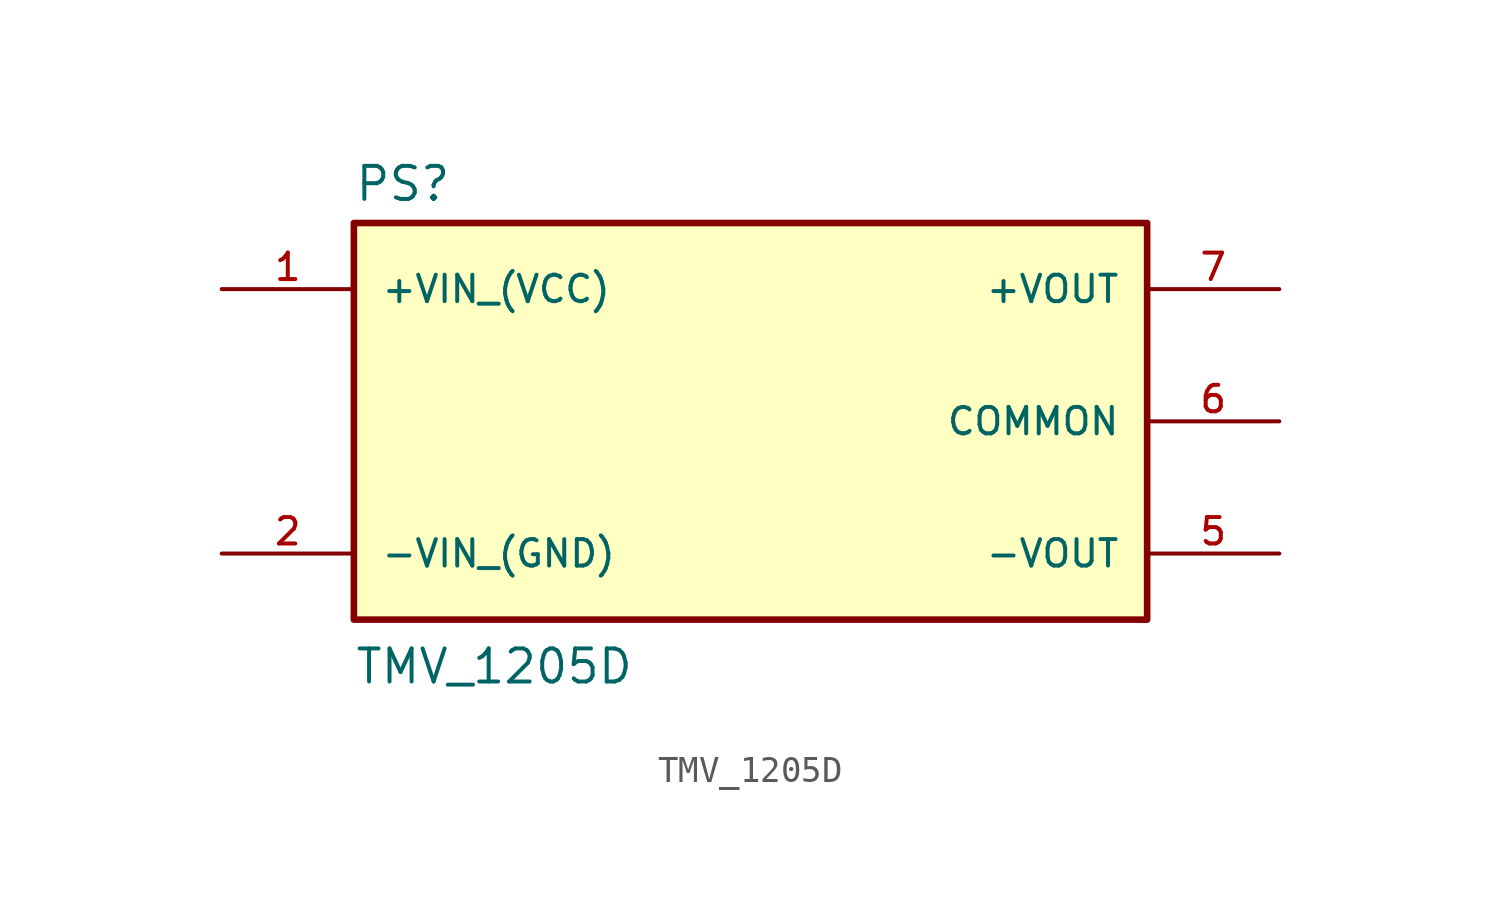
<source format=kicad_sym>
(kicad_symbol_lib
  (version 20220914)
  (generator kicad_symbol_editor)
  (symbol "TMV_1205D"
    (pin_names
      (offset 1.016))
    (property "Reference" "PS"
      (at -15.24 8.382 0)
      (effects (font (size 1.27 1.27)) (justify left bottom)))
    (property "Value" "TMV_1205D"
      (at -15.24 -10.16 0)
      (effects (font (size 1.27 1.27)) (justify left bottom)))
    (property "ki_locked" ""
      (at 0 0 0)
      (effects (font (size 1.27 1.27))))
    (symbol "TMV_1205D_0_0"
      (rectangle (start -15.24 7.62) (end 15.24 -7.62) (stroke (width 0.254) (type solid)) (fill (type background)))
      (pin input line (at -20.32 5.08 0) (length 5.08) (name "+VIN_(VCC)" (effects (font (size 1.016 1.016)))) (number "1" (effects (font (size 1.016 1.016)))))
      (pin input line (at -20.32 -5.08 0) (length 5.08) (name "-VIN_(GND)" (effects (font (size 1.016 1.016)))) (number "2" (effects (font (size 1.016 1.016)))))
      (pin output line (at 20.32 -5.08 180) (length 5.08) (name "-VOUT" (effects (font (size 1.016 1.016)))) (number "5" (effects (font (size 1.016 1.016)))))
      (pin passive line (at 20.32 0 180) (length 5.08) (name "COMMON" (effects (font (size 1.016 1.016)))) (number "6" (effects (font (size 1.016 1.016)))))
      (pin output line (at 20.32 5.08 180) (length 5.08) (name "+VOUT" (effects (font (size 1.016 1.016)))) (number "7" (effects (font (size 1.016 1.016))))))))
</source>
